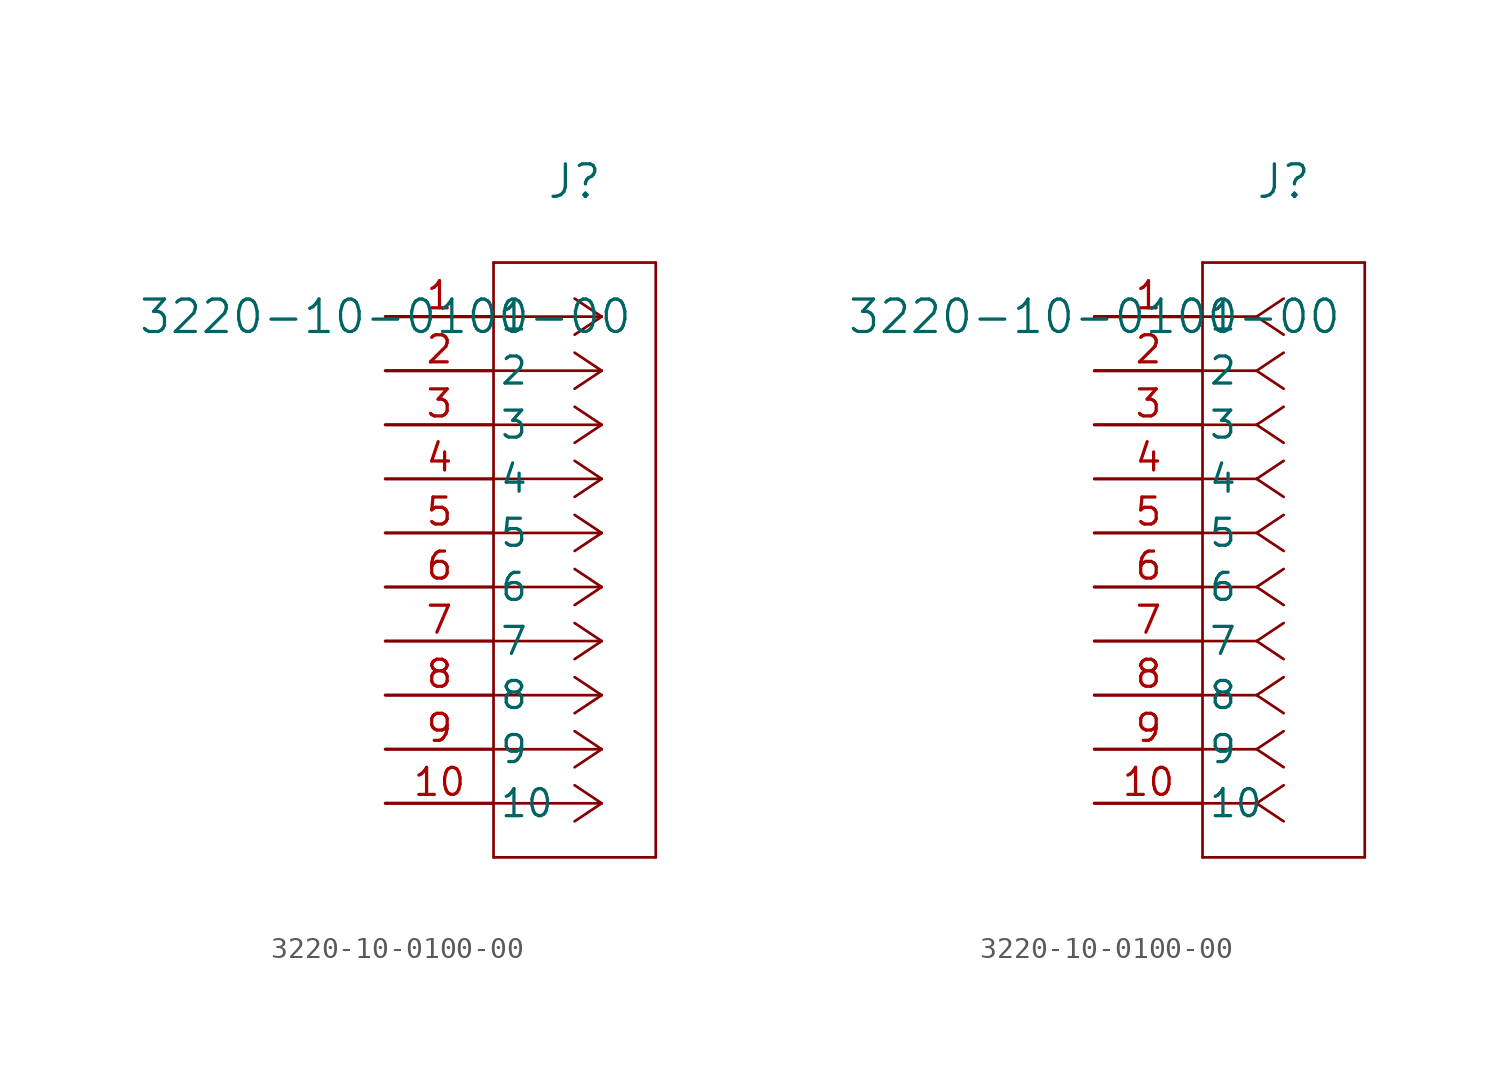
<source format=kicad_sym>
(kicad_symbol_lib
  (version 20211014)
  (generator kicad_symbol_editor)
  (symbol "3220-10-0100-00"
    (pin_names
      (offset 0.254))
    (property "Reference" "J"
      (at 8.89 6.35 0)
      (effects (font (size 1.524 1.524))))
    (property "Value" "3220-10-0100-00"
      (at 0 0 0)
      (effects (font (size 1.524 1.524))))
    (symbol "3220-10-0100-00_1_1"
      (polyline (pts (xy 10.16 0) (xy 5.08 0)) (stroke (width 0.127) (type default) (color 0 0 0 0)) (fill (type none)))
      (polyline (pts (xy 10.16 -2.54) (xy 5.08 -2.54)) (stroke (width 0.127) (type default) (color 0 0 0 0)) (fill (type none)))
      (polyline (pts (xy 10.16 -5.08) (xy 5.08 -5.08)) (stroke (width 0.127) (type default) (color 0 0 0 0)) (fill (type none)))
      (polyline (pts (xy 10.16 -7.62) (xy 5.08 -7.62)) (stroke (width 0.127) (type default) (color 0 0 0 0)) (fill (type none)))
      (polyline (pts (xy 10.16 -10.16) (xy 5.08 -10.16)) (stroke (width 0.127) (type default) (color 0 0 0 0)) (fill (type none)))
      (polyline (pts (xy 10.16 -12.7) (xy 5.08 -12.7)) (stroke (width 0.127) (type default) (color 0 0 0 0)) (fill (type none)))
      (polyline (pts (xy 10.16 -15.24) (xy 5.08 -15.24)) (stroke (width 0.127) (type default) (color 0 0 0 0)) (fill (type none)))
      (polyline (pts (xy 10.16 -17.78) (xy 5.08 -17.78)) (stroke (width 0.127) (type default) (color 0 0 0 0)) (fill (type none)))
      (polyline (pts (xy 10.16 -20.32) (xy 5.08 -20.32)) (stroke (width 0.127) (type default) (color 0 0 0 0)) (fill (type none)))
      (polyline (pts (xy 10.16 -22.86) (xy 5.08 -22.86)) (stroke (width 0.127) (type default) (color 0 0 0 0)) (fill (type none)))
      (polyline (pts (xy 10.16 0) (xy 8.89 0.847)) (stroke (width 0.127) (type default) (color 0 0 0 0)) (fill (type none)))
      (polyline (pts (xy 10.16 -2.54) (xy 8.89 -1.693)) (stroke (width 0.127) (type default) (color 0 0 0 0)) (fill (type none)))
      (polyline (pts (xy 10.16 -5.08) (xy 8.89 -4.233)) (stroke (width 0.127) (type default) (color 0 0 0 0)) (fill (type none)))
      (polyline (pts (xy 10.16 -7.62) (xy 8.89 -6.773)) (stroke (width 0.127) (type default) (color 0 0 0 0)) (fill (type none)))
      (polyline (pts (xy 10.16 -10.16) (xy 8.89 -9.313)) (stroke (width 0.127) (type default) (color 0 0 0 0)) (fill (type none)))
      (polyline (pts (xy 10.16 -12.7) (xy 8.89 -11.853)) (stroke (width 0.127) (type default) (color 0 0 0 0)) (fill (type none)))
      (polyline (pts (xy 10.16 -15.24) (xy 8.89 -14.393)) (stroke (width 0.127) (type default) (color 0 0 0 0)) (fill (type none)))
      (polyline (pts (xy 10.16 -17.78) (xy 8.89 -16.933)) (stroke (width 0.127) (type default) (color 0 0 0 0)) (fill (type none)))
      (polyline (pts (xy 10.16 -20.32) (xy 8.89 -19.473)) (stroke (width 0.127) (type default) (color 0 0 0 0)) (fill (type none)))
      (polyline (pts (xy 10.16 -22.86) (xy 8.89 -22.013)) (stroke (width 0.127) (type default) (color 0 0 0 0)) (fill (type none)))
      (polyline (pts (xy 10.16 0) (xy 8.89 -0.847)) (stroke (width 0.127) (type default) (color 0 0 0 0)) (fill (type none)))
      (polyline (pts (xy 10.16 -2.54) (xy 8.89 -3.387)) (stroke (width 0.127) (type default) (color 0 0 0 0)) (fill (type none)))
      (polyline (pts (xy 10.16 -5.08) (xy 8.89 -5.927)) (stroke (width 0.127) (type default) (color 0 0 0 0)) (fill (type none)))
      (polyline (pts (xy 10.16 -7.62) (xy 8.89 -8.467)) (stroke (width 0.127) (type default) (color 0 0 0 0)) (fill (type none)))
      (polyline (pts (xy 10.16 -10.16) (xy 8.89 -11.007)) (stroke (width 0.127) (type default) (color 0 0 0 0)) (fill (type none)))
      (polyline (pts (xy 10.16 -12.7) (xy 8.89 -13.547)) (stroke (width 0.127) (type default) (color 0 0 0 0)) (fill (type none)))
      (polyline (pts (xy 10.16 -15.24) (xy 8.89 -16.087)) (stroke (width 0.127) (type default) (color 0 0 0 0)) (fill (type none)))
      (polyline (pts (xy 10.16 -17.78) (xy 8.89 -18.627)) (stroke (width 0.127) (type default) (color 0 0 0 0)) (fill (type none)))
      (polyline (pts (xy 10.16 -20.32) (xy 8.89 -21.167)) (stroke (width 0.127) (type default) (color 0 0 0 0)) (fill (type none)))
      (polyline (pts (xy 10.16 -22.86) (xy 8.89 -23.707)) (stroke (width 0.127) (type default) (color 0 0 0 0)) (fill (type none)))
      (polyline (pts (xy 5.08 2.54) (xy 5.08 -25.4)) (stroke (width 0.127) (type default) (color 0 0 0 0)) (fill (type none)))
      (polyline (pts (xy 5.08 -25.4) (xy 12.7 -25.4)) (stroke (width 0.127) (type default) (color 0 0 0 0)) (fill (type none)))
      (polyline (pts (xy 12.7 -25.4) (xy 12.7 2.54)) (stroke (width 0.127) (type default) (color 0 0 0 0)) (fill (type none)))
      (polyline (pts (xy 12.7 2.54) (xy 5.08 2.54)) (stroke (width 0.127) (type default) (color 0 0 0 0)) (fill (type none)))
      (pin unspecified line (at 0 0 0) (length 5.08) (name "1" (effects (font (size 1.27 1.27)))) (number "1" (effects (font (size 1.27 1.27)))))
      (pin unspecified line (at 0 -2.54 0) (length 5.08) (name "2" (effects (font (size 1.27 1.27)))) (number "2" (effects (font (size 1.27 1.27)))))
      (pin unspecified line (at 0 -5.08 0) (length 5.08) (name "3" (effects (font (size 1.27 1.27)))) (number "3" (effects (font (size 1.27 1.27)))))
      (pin unspecified line (at 0 -7.62 0) (length 5.08) (name "4" (effects (font (size 1.27 1.27)))) (number "4" (effects (font (size 1.27 1.27)))))
      (pin unspecified line (at 0 -10.16 0) (length 5.08) (name "5" (effects (font (size 1.27 1.27)))) (number "5" (effects (font (size 1.27 1.27)))))
      (pin unspecified line (at 0 -12.7 0) (length 5.08) (name "6" (effects (font (size 1.27 1.27)))) (number "6" (effects (font (size 1.27 1.27)))))
      (pin unspecified line (at 0 -15.24 0) (length 5.08) (name "7" (effects (font (size 1.27 1.27)))) (number "7" (effects (font (size 1.27 1.27)))))
      (pin unspecified line (at 0 -17.78 0) (length 5.08) (name "8" (effects (font (size 1.27 1.27)))) (number "8" (effects (font (size 1.27 1.27)))))
      (pin unspecified line (at 0 -20.32 0) (length 5.08) (name "9" (effects (font (size 1.27 1.27)))) (number "9" (effects (font (size 1.27 1.27)))))
      (pin unspecified line (at 0 -22.86 0) (length 5.08) (name "10" (effects (font (size 1.27 1.27)))) (number "10" (effects (font (size 1.27 1.27))))))
    (symbol "3220-10-0100-00_1_2"
      (polyline (pts (xy 7.62 0) (xy 5.08 0)) (stroke (width 0.127) (type default) (color 0 0 0 0)) (fill (type none)))
      (polyline (pts (xy 7.62 -2.54) (xy 5.08 -2.54)) (stroke (width 0.127) (type default) (color 0 0 0 0)) (fill (type none)))
      (polyline (pts (xy 7.62 -5.08) (xy 5.08 -5.08)) (stroke (width 0.127) (type default) (color 0 0 0 0)) (fill (type none)))
      (polyline (pts (xy 7.62 -7.62) (xy 5.08 -7.62)) (stroke (width 0.127) (type default) (color 0 0 0 0)) (fill (type none)))
      (polyline (pts (xy 7.62 -10.16) (xy 5.08 -10.16)) (stroke (width 0.127) (type default) (color 0 0 0 0)) (fill (type none)))
      (polyline (pts (xy 7.62 -12.7) (xy 5.08 -12.7)) (stroke (width 0.127) (type default) (color 0 0 0 0)) (fill (type none)))
      (polyline (pts (xy 7.62 -15.24) (xy 5.08 -15.24)) (stroke (width 0.127) (type default) (color 0 0 0 0)) (fill (type none)))
      (polyline (pts (xy 7.62 -17.78) (xy 5.08 -17.78)) (stroke (width 0.127) (type default) (color 0 0 0 0)) (fill (type none)))
      (polyline (pts (xy 7.62 -20.32) (xy 5.08 -20.32)) (stroke (width 0.127) (type default) (color 0 0 0 0)) (fill (type none)))
      (polyline (pts (xy 7.62 -22.86) (xy 5.08 -22.86)) (stroke (width 0.127) (type default) (color 0 0 0 0)) (fill (type none)))
      (polyline (pts (xy 7.62 0) (xy 8.89 0.847)) (stroke (width 0.127) (type default) (color 0 0 0 0)) (fill (type none)))
      (polyline (pts (xy 7.62 -2.54) (xy 8.89 -1.693)) (stroke (width 0.127) (type default) (color 0 0 0 0)) (fill (type none)))
      (polyline (pts (xy 7.62 -5.08) (xy 8.89 -4.233)) (stroke (width 0.127) (type default) (color 0 0 0 0)) (fill (type none)))
      (polyline (pts (xy 7.62 -7.62) (xy 8.89 -6.773)) (stroke (width 0.127) (type default) (color 0 0 0 0)) (fill (type none)))
      (polyline (pts (xy 7.62 -10.16) (xy 8.89 -9.313)) (stroke (width 0.127) (type default) (color 0 0 0 0)) (fill (type none)))
      (polyline (pts (xy 7.62 -12.7) (xy 8.89 -11.853)) (stroke (width 0.127) (type default) (color 0 0 0 0)) (fill (type none)))
      (polyline (pts (xy 7.62 -15.24) (xy 8.89 -14.393)) (stroke (width 0.127) (type default) (color 0 0 0 0)) (fill (type none)))
      (polyline (pts (xy 7.62 -17.78) (xy 8.89 -16.933)) (stroke (width 0.127) (type default) (color 0 0 0 0)) (fill (type none)))
      (polyline (pts (xy 7.62 -20.32) (xy 8.89 -19.473)) (stroke (width 0.127) (type default) (color 0 0 0 0)) (fill (type none)))
      (polyline (pts (xy 7.62 -22.86) (xy 8.89 -22.013)) (stroke (width 0.127) (type default) (color 0 0 0 0)) (fill (type none)))
      (polyline (pts (xy 7.62 0) (xy 8.89 -0.847)) (stroke (width 0.127) (type default) (color 0 0 0 0)) (fill (type none)))
      (polyline (pts (xy 7.62 -2.54) (xy 8.89 -3.387)) (stroke (width 0.127) (type default) (color 0 0 0 0)) (fill (type none)))
      (polyline (pts (xy 7.62 -5.08) (xy 8.89 -5.927)) (stroke (width 0.127) (type default) (color 0 0 0 0)) (fill (type none)))
      (polyline (pts (xy 7.62 -7.62) (xy 8.89 -8.467)) (stroke (width 0.127) (type default) (color 0 0 0 0)) (fill (type none)))
      (polyline (pts (xy 7.62 -10.16) (xy 8.89 -11.007)) (stroke (width 0.127) (type default) (color 0 0 0 0)) (fill (type none)))
      (polyline (pts (xy 7.62 -12.7) (xy 8.89 -13.547)) (stroke (width 0.127) (type default) (color 0 0 0 0)) (fill (type none)))
      (polyline (pts (xy 7.62 -15.24) (xy 8.89 -16.087)) (stroke (width 0.127) (type default) (color 0 0 0 0)) (fill (type none)))
      (polyline (pts (xy 7.62 -17.78) (xy 8.89 -18.627)) (stroke (width 0.127) (type default) (color 0 0 0 0)) (fill (type none)))
      (polyline (pts (xy 7.62 -20.32) (xy 8.89 -21.167)) (stroke (width 0.127) (type default) (color 0 0 0 0)) (fill (type none)))
      (polyline (pts (xy 7.62 -22.86) (xy 8.89 -23.707)) (stroke (width 0.127) (type default) (color 0 0 0 0)) (fill (type none)))
      (polyline (pts (xy 5.08 2.54) (xy 5.08 -25.4)) (stroke (width 0.127) (type default) (color 0 0 0 0)) (fill (type none)))
      (polyline (pts (xy 5.08 -25.4) (xy 12.7 -25.4)) (stroke (width 0.127) (type default) (color 0 0 0 0)) (fill (type none)))
      (polyline (pts (xy 12.7 -25.4) (xy 12.7 2.54)) (stroke (width 0.127) (type default) (color 0 0 0 0)) (fill (type none)))
      (polyline (pts (xy 12.7 2.54) (xy 5.08 2.54)) (stroke (width 0.127) (type default) (color 0 0 0 0)) (fill (type none)))
      (pin unspecified line (at 0 0 0) (length 5.08) (name "1" (effects (font (size 1.27 1.27)))) (number "1" (effects (font (size 1.27 1.27)))))
      (pin unspecified line (at 0 -2.54 0) (length 5.08) (name "2" (effects (font (size 1.27 1.27)))) (number "2" (effects (font (size 1.27 1.27)))))
      (pin unspecified line (at 0 -5.08 0) (length 5.08) (name "3" (effects (font (size 1.27 1.27)))) (number "3" (effects (font (size 1.27 1.27)))))
      (pin unspecified line (at 0 -7.62 0) (length 5.08) (name "4" (effects (font (size 1.27 1.27)))) (number "4" (effects (font (size 1.27 1.27)))))
      (pin unspecified line (at 0 -10.16 0) (length 5.08) (name "5" (effects (font (size 1.27 1.27)))) (number "5" (effects (font (size 1.27 1.27)))))
      (pin unspecified line (at 0 -12.7 0) (length 5.08) (name "6" (effects (font (size 1.27 1.27)))) (number "6" (effects (font (size 1.27 1.27)))))
      (pin unspecified line (at 0 -15.24 0) (length 5.08) (name "7" (effects (font (size 1.27 1.27)))) (number "7" (effects (font (size 1.27 1.27)))))
      (pin unspecified line (at 0 -17.78 0) (length 5.08) (name "8" (effects (font (size 1.27 1.27)))) (number "8" (effects (font (size 1.27 1.27)))))
      (pin unspecified line (at 0 -20.32 0) (length 5.08) (name "9" (effects (font (size 1.27 1.27)))) (number "9" (effects (font (size 1.27 1.27)))))
      (pin unspecified line (at 0 -22.86 0) (length 5.08) (name "10" (effects (font (size 1.27 1.27)))) (number "10" (effects (font (size 1.27 1.27))))))))
</source>
